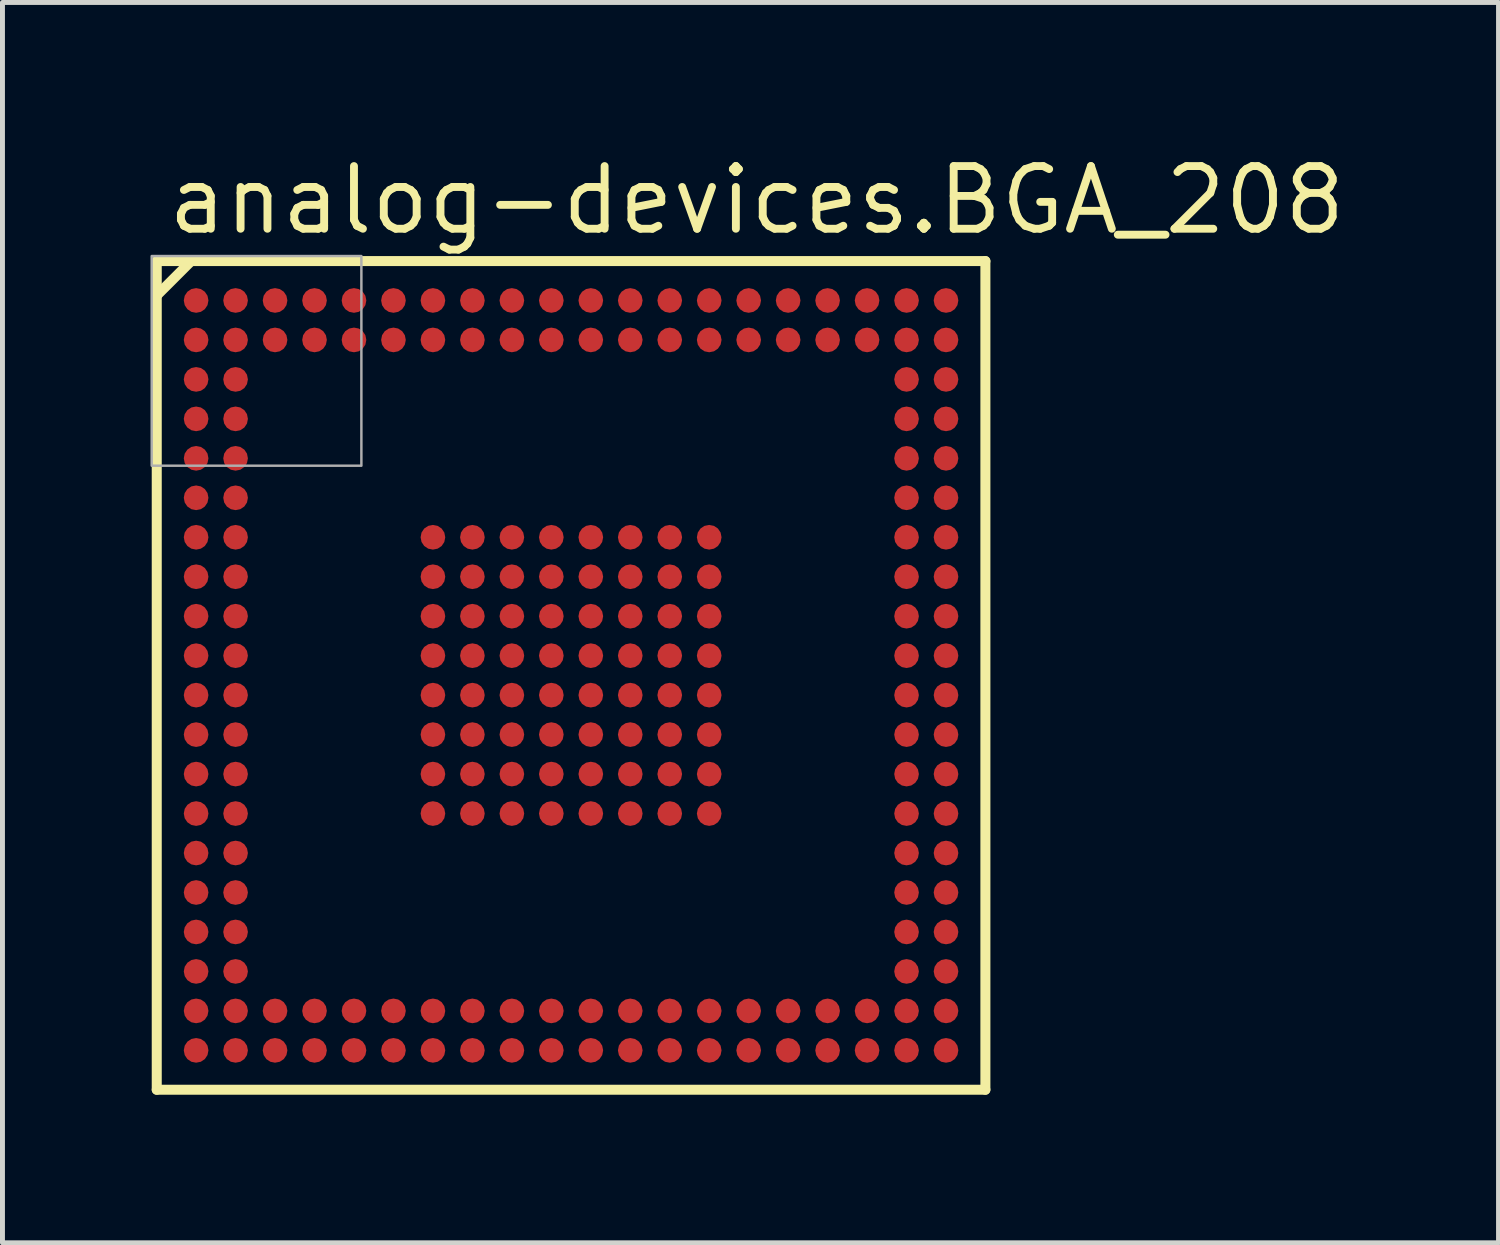
<source format=kicad_pcb>
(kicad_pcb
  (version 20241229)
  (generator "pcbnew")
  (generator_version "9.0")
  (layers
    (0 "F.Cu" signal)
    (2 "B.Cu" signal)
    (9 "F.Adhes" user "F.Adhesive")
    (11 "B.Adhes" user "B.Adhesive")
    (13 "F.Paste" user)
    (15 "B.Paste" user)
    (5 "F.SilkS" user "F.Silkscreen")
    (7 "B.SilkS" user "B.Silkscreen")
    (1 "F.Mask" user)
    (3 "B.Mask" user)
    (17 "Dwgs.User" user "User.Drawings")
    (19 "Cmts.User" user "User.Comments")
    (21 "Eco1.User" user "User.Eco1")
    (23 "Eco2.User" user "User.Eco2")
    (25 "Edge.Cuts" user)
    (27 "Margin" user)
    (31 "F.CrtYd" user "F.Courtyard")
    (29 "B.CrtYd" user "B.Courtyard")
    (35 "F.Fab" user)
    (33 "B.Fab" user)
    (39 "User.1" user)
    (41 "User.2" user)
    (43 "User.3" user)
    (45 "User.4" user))
  (footprint "analog-devices.BGA_208"
    (layer "F.Cu")
    (at 8.525 10.64)
    (property "Reference" "analog-devices.BGA_208" (at -8.255 -8.89 0) (layer "F.SilkS") (effects (font (size 1.27 1.27) (thickness 0.16)) (justify left bottom)))
    (attr smd)
    (fp_circle (center -7.6 -7.6) (end -7.35 -7.6) (stroke (width 0.1) (type default)) (fill no) (layer "F.Mask"))
    (fp_circle (center -7.6 -6.8) (end -7.35 -6.8) (stroke (width 0.1) (type default)) (fill no) (layer "F.Mask"))
    (fp_circle (center -7.6 -6) (end -7.35 -6) (stroke (width 0.1) (type default)) (fill no) (layer "F.Mask"))
    (fp_circle (center -7.6 -5.2) (end -7.35 -5.2) (stroke (width 0.1) (type default)) (fill no) (layer "F.Mask"))
    (fp_circle (center -7.6 -4.4) (end -7.35 -4.4) (stroke (width 0.1) (type default)) (fill no) (layer "F.Mask"))
    (fp_circle (center -7.6 -3.6) (end -7.35 -3.6) (stroke (width 0.1) (type default)) (fill no) (layer "F.Mask"))
    (fp_circle (center -7.6 -2.8) (end -7.35 -2.8) (stroke (width 0.1) (type default)) (fill no) (layer "F.Mask"))
    (fp_circle (center -7.6 -2) (end -7.35 -2) (stroke (width 0.1) (type default)) (fill no) (layer "F.Mask"))
    (fp_circle (center -7.6 -1.2) (end -7.35 -1.2) (stroke (width 0.1) (type default)) (fill no) (layer "F.Mask"))
    (fp_circle (center -7.6 -0.4) (end -7.35 -0.4) (stroke (width 0.1) (type default)) (fill no) (layer "F.Mask"))
    (fp_circle (center -7.6 0.4) (end -7.35 0.4) (stroke (width 0.1) (type default)) (fill no) (layer "F.Mask"))
    (fp_circle (center -7.6 1.2) (end -7.35 1.2) (stroke (width 0.1) (type default)) (fill no) (layer "F.Mask"))
    (fp_circle (center -7.6 2) (end -7.35 2) (stroke (width 0.1) (type default)) (fill no) (layer "F.Mask"))
    (fp_circle (center -7.6 2.8) (end -7.35 2.8) (stroke (width 0.1) (type default)) (fill no) (layer "F.Mask"))
    (fp_circle (center -7.6 3.6) (end -7.35 3.6) (stroke (width 0.1) (type default)) (fill no) (layer "F.Mask"))
    (fp_circle (center -7.6 4.4) (end -7.35 4.4) (stroke (width 0.1) (type default)) (fill no) (layer "F.Mask"))
    (fp_circle (center -7.6 5.2) (end -7.35 5.2) (stroke (width 0.1) (type default)) (fill no) (layer "F.Mask"))
    (fp_circle (center -7.6 6) (end -7.35 6) (stroke (width 0.1) (type default)) (fill no) (layer "F.Mask"))
    (fp_circle (center -7.6 6.8) (end -7.35 6.8) (stroke (width 0.1) (type default)) (fill no) (layer "F.Mask"))
    (fp_circle (center -7.6 7.6) (end -7.35 7.6) (stroke (width 0.1) (type default)) (fill no) (layer "F.Mask"))
    (fp_circle (center -6.8 -7.6) (end -6.55 -7.6) (stroke (width 0.1) (type default)) (fill no) (layer "F.Mask"))
    (fp_circle (center -6.8 -6.8) (end -6.55 -6.8) (stroke (width 0.1) (type default)) (fill no) (layer "F.Mask"))
    (fp_circle (center -6.8 -6) (end -6.55 -6) (stroke (width 0.1) (type default)) (fill no) (layer "F.Mask"))
    (fp_circle (center -6.8 -5.2) (end -6.55 -5.2) (stroke (width 0.1) (type default)) (fill no) (layer "F.Mask"))
    (fp_circle (center -6.8 -4.4) (end -6.55 -4.4) (stroke (width 0.1) (type default)) (fill no) (layer "F.Mask"))
    (fp_circle (center -6.8 -3.6) (end -6.55 -3.6) (stroke (width 0.1) (type default)) (fill no) (layer "F.Mask"))
    (fp_circle (center -6.8 -2.8) (end -6.55 -2.8) (stroke (width 0.1) (type default)) (fill no) (layer "F.Mask"))
    (fp_circle (center -6.8 -2) (end -6.55 -2) (stroke (width 0.1) (type default)) (fill no) (layer "F.Mask"))
    (fp_circle (center -6.8 -1.2) (end -6.55 -1.2) (stroke (width 0.1) (type default)) (fill no) (layer "F.Mask"))
    (fp_circle (center -6.8 -0.4) (end -6.55 -0.4) (stroke (width 0.1) (type default)) (fill no) (layer "F.Mask"))
    (fp_circle (center -6.8 0.4) (end -6.55 0.4) (stroke (width 0.1) (type default)) (fill no) (layer "F.Mask"))
    (fp_circle (center -6.8 1.2) (end -6.55 1.2) (stroke (width 0.1) (type default)) (fill no) (layer "F.Mask"))
    (fp_circle (center -6.8 2) (end -6.55 2) (stroke (width 0.1) (type default)) (fill no) (layer "F.Mask"))
    (fp_circle (center -6.8 2.8) (end -6.55 2.8) (stroke (width 0.1) (type default)) (fill no) (layer "F.Mask"))
    (fp_circle (center -6.8 3.6) (end -6.55 3.6) (stroke (width 0.1) (type default)) (fill no) (layer "F.Mask"))
    (fp_circle (center -6.8 4.4) (end -6.55 4.4) (stroke (width 0.1) (type default)) (fill no) (layer "F.Mask"))
    (fp_circle (center -6.8 5.2) (end -6.55 5.2) (stroke (width 0.1) (type default)) (fill no) (layer "F.Mask"))
    (fp_circle (center -6.8 6) (end -6.55 6) (stroke (width 0.1) (type default)) (fill no) (layer "F.Mask"))
    (fp_circle (center -6.8 6.8) (end -6.55 6.8) (stroke (width 0.1) (type default)) (fill no) (layer "F.Mask"))
    (fp_circle (center -6.8 7.6) (end -6.55 7.6) (stroke (width 0.1) (type default)) (fill no) (layer "F.Mask"))
    (fp_circle (center -6 -7.6) (end -5.75 -7.6) (stroke (width 0.1) (type default)) (fill no) (layer "F.Mask"))
    (fp_circle (center -6 -6.8) (end -5.75 -6.8) (stroke (width 0.1) (type default)) (fill no) (layer "F.Mask"))
    (fp_circle (center -6 6.8) (end -5.75 6.8) (stroke (width 0.1) (type default)) (fill no) (layer "F.Mask"))
    (fp_circle (center -6 7.6) (end -5.75 7.6) (stroke (width 0.1) (type default)) (fill no) (layer "F.Mask"))
    (fp_circle (center -5.2 -7.6) (end -4.95 -7.6) (stroke (width 0.1) (type default)) (fill no) (layer "F.Mask"))
    (fp_circle (center -5.2 -6.8) (end -4.95 -6.8) (stroke (width 0.1) (type default)) (fill no) (layer "F.Mask"))
    (fp_circle (center -5.2 6.8) (end -4.95 6.8) (stroke (width 0.1) (type default)) (fill no) (layer "F.Mask"))
    (fp_circle (center -5.2 7.6) (end -4.95 7.6) (stroke (width 0.1) (type default)) (fill no) (layer "F.Mask"))
    (fp_circle (center -4.4 -7.6) (end -4.15 -7.6) (stroke (width 0.1) (type default)) (fill no) (layer "F.Mask"))
    (fp_circle (center -4.4 -6.8) (end -4.15 -6.8) (stroke (width 0.1) (type default)) (fill no) (layer "F.Mask"))
    (fp_circle (center -4.4 6.8) (end -4.15 6.8) (stroke (width 0.1) (type default)) (fill no) (layer "F.Mask"))
    (fp_circle (center -4.4 7.6) (end -4.15 7.6) (stroke (width 0.1) (type default)) (fill no) (layer "F.Mask"))
    (fp_circle (center -3.6 -7.6) (end -3.35 -7.6) (stroke (width 0.1) (type default)) (fill no) (layer "F.Mask"))
    (fp_circle (center -3.6 -6.8) (end -3.35 -6.8) (stroke (width 0.1) (type default)) (fill no) (layer "F.Mask"))
    (fp_circle (center -3.6 6.8) (end -3.35 6.8) (stroke (width 0.1) (type default)) (fill no) (layer "F.Mask"))
    (fp_circle (center -3.6 7.6) (end -3.35 7.6) (stroke (width 0.1) (type default)) (fill no) (layer "F.Mask"))
    (fp_circle (center -2.8 -7.6) (end -2.55 -7.6) (stroke (width 0.1) (type default)) (fill no) (layer "F.Mask"))
    (fp_circle (center -2.8 -6.8) (end -2.55 -6.8) (stroke (width 0.1) (type default)) (fill no) (layer "F.Mask"))
    (fp_circle (center -2.8 -2.8) (end -2.55 -2.8) (stroke (width 0.1) (type default)) (fill no) (layer "F.Mask"))
    (fp_circle (center -2.8 -2) (end -2.55 -2) (stroke (width 0.1) (type default)) (fill no) (layer "F.Mask"))
    (fp_circle (center -2.8 -1.2) (end -2.55 -1.2) (stroke (width 0.1) (type default)) (fill no) (layer "F.Mask"))
    (fp_circle (center -2.8 -0.4) (end -2.55 -0.4) (stroke (width 0.1) (type default)) (fill no) (layer "F.Mask"))
    (fp_circle (center -2.8 0.4) (end -2.55 0.4) (stroke (width 0.1) (type default)) (fill no) (layer "F.Mask"))
    (fp_circle (center -2.8 1.2) (end -2.55 1.2) (stroke (width 0.1) (type default)) (fill no) (layer "F.Mask"))
    (fp_circle (center -2.8 2) (end -2.55 2) (stroke (width 0.1) (type default)) (fill no) (layer "F.Mask"))
    (fp_circle (center -2.8 2.8) (end -2.55 2.8) (stroke (width 0.1) (type default)) (fill no) (layer "F.Mask"))
    (fp_circle (center -2.8 6.8) (end -2.55 6.8) (stroke (width 0.1) (type default)) (fill no) (layer "F.Mask"))
    (fp_circle (center -2.8 7.6) (end -2.55 7.6) (stroke (width 0.1) (type default)) (fill no) (layer "F.Mask"))
    (fp_circle (center -2 -7.6) (end -1.75 -7.6) (stroke (width 0.1) (type default)) (fill no) (layer "F.Mask"))
    (fp_circle (center -2 -6.8) (end -1.75 -6.8) (stroke (width 0.1) (type default)) (fill no) (layer "F.Mask"))
    (fp_circle (center -2 -2.8) (end -1.75 -2.8) (stroke (width 0.1) (type default)) (fill no) (layer "F.Mask"))
    (fp_circle (center -2 -2) (end -1.75 -2) (stroke (width 0.1) (type default)) (fill no) (layer "F.Mask"))
    (fp_circle (center -2 -1.2) (end -1.75 -1.2) (stroke (width 0.1) (type default)) (fill no) (layer "F.Mask"))
    (fp_circle (center -2 -0.4) (end -1.75 -0.4) (stroke (width 0.1) (type default)) (fill no) (layer "F.Mask"))
    (fp_circle (center -2 0.4) (end -1.75 0.4) (stroke (width 0.1) (type default)) (fill no) (layer "F.Mask"))
    (fp_circle (center -2 1.2) (end -1.75 1.2) (stroke (width 0.1) (type default)) (fill no) (layer "F.Mask"))
    (fp_circle (center -2 2) (end -1.75 2) (stroke (width 0.1) (type default)) (fill no) (layer "F.Mask"))
    (fp_circle (center -2 2.8) (end -1.75 2.8) (stroke (width 0.1) (type default)) (fill no) (layer "F.Mask"))
    (fp_circle (center -2 6.8) (end -1.75 6.8) (stroke (width 0.1) (type default)) (fill no) (layer "F.Mask"))
    (fp_circle (center -2 7.6) (end -1.75 7.6) (stroke (width 0.1) (type default)) (fill no) (layer "F.Mask"))
    (fp_circle (center -1.2 -7.6) (end -0.95 -7.6) (stroke (width 0.1) (type default)) (fill no) (layer "F.Mask"))
    (fp_circle (center -1.2 -6.8) (end -0.95 -6.8) (stroke (width 0.1) (type default)) (fill no) (layer "F.Mask"))
    (fp_circle (center -1.2 -2.8) (end -0.95 -2.8) (stroke (width 0.1) (type default)) (fill no) (layer "F.Mask"))
    (fp_circle (center -1.2 -2) (end -0.95 -2) (stroke (width 0.1) (type default)) (fill no) (layer "F.Mask"))
    (fp_circle (center -1.2 -1.2) (end -0.95 -1.2) (stroke (width 0.1) (type default)) (fill no) (layer "F.Mask"))
    (fp_circle (center -1.2 -0.4) (end -0.95 -0.4) (stroke (width 0.1) (type default)) (fill no) (layer "F.Mask"))
    (fp_circle (center -1.2 0.4) (end -0.95 0.4) (stroke (width 0.1) (type default)) (fill no) (layer "F.Mask"))
    (fp_circle (center -1.2 1.2) (end -0.95 1.2) (stroke (width 0.1) (type default)) (fill no) (layer "F.Mask"))
    (fp_circle (center -1.2 2) (end -0.95 2) (stroke (width 0.1) (type default)) (fill no) (layer "F.Mask"))
    (fp_circle (center -1.2 2.8) (end -0.95 2.8) (stroke (width 0.1) (type default)) (fill no) (layer "F.Mask"))
    (fp_circle (center -1.2 6.8) (end -0.95 6.8) (stroke (width 0.1) (type default)) (fill no) (layer "F.Mask"))
    (fp_circle (center -1.2 7.6) (end -0.95 7.6) (stroke (width 0.1) (type default)) (fill no) (layer "F.Mask"))
    (fp_circle (center -0.4 -7.6) (end -0.15 -7.6) (stroke (width 0.1) (type default)) (fill no) (layer "F.Mask"))
    (fp_circle (center -0.4 -6.8) (end -0.15 -6.8) (stroke (width 0.1) (type default)) (fill no) (layer "F.Mask"))
    (fp_circle (center -0.4 -2.8) (end -0.15 -2.8) (stroke (width 0.1) (type default)) (fill no) (layer "F.Mask"))
    (fp_circle (center -0.4 -2) (end -0.15 -2) (stroke (width 0.1) (type default)) (fill no) (layer "F.Mask"))
    (fp_circle (center -0.4 -1.2) (end -0.15 -1.2) (stroke (width 0.1) (type default)) (fill no) (layer "F.Mask"))
    (fp_circle (center -0.4 -0.4) (end -0.15 -0.4) (stroke (width 0.1) (type default)) (fill no) (layer "F.Mask"))
    (fp_circle (center -0.4 0.4) (end -0.15 0.4) (stroke (width 0.1) (type default)) (fill no) (layer "F.Mask"))
    (fp_circle (center -0.4 1.2) (end -0.15 1.2) (stroke (width 0.1) (type default)) (fill no) (layer "F.Mask"))
    (fp_circle (center -0.4 2) (end -0.15 2) (stroke (width 0.1) (type default)) (fill no) (layer "F.Mask"))
    (fp_circle (center -0.4 2.8) (end -0.15 2.8) (stroke (width 0.1) (type default)) (fill no) (layer "F.Mask"))
    (fp_circle (center -0.4 6.8) (end -0.15 6.8) (stroke (width 0.1) (type default)) (fill no) (layer "F.Mask"))
    (fp_circle (center -0.4 7.6) (end -0.15 7.6) (stroke (width 0.1) (type default)) (fill no) (layer "F.Mask"))
    (fp_circle (center 0.4 -7.6) (end 0.65 -7.6) (stroke (width 0.1) (type default)) (fill no) (layer "F.Mask"))
    (fp_circle (center 0.4 -6.8) (end 0.65 -6.8) (stroke (width 0.1) (type default)) (fill no) (layer "F.Mask"))
    (fp_circle (center 0.4 -2.8) (end 0.65 -2.8) (stroke (width 0.1) (type default)) (fill no) (layer "F.Mask"))
    (fp_circle (center 0.4 -2) (end 0.65 -2) (stroke (width 0.1) (type default)) (fill no) (layer "F.Mask"))
    (fp_circle (center 0.4 -1.2) (end 0.65 -1.2) (stroke (width 0.1) (type default)) (fill no) (layer "F.Mask"))
    (fp_circle (center 0.4 -0.4) (end 0.65 -0.4) (stroke (width 0.1) (type default)) (fill no) (layer "F.Mask"))
    (fp_circle (center 0.4 0.4) (end 0.65 0.4) (stroke (width 0.1) (type default)) (fill no) (layer "F.Mask"))
    (fp_circle (center 0.4 1.2) (end 0.65 1.2) (stroke (width 0.1) (type default)) (fill no) (layer "F.Mask"))
    (fp_circle (center 0.4 2) (end 0.65 2) (stroke (width 0.1) (type default)) (fill no) (layer "F.Mask"))
    (fp_circle (center 0.4 2.8) (end 0.65 2.8) (stroke (width 0.1) (type default)) (fill no) (layer "F.Mask"))
    (fp_circle (center 0.4 6.8) (end 0.65 6.8) (stroke (width 0.1) (type default)) (fill no) (layer "F.Mask"))
    (fp_circle (center 0.4 7.6) (end 0.65 7.6) (stroke (width 0.1) (type default)) (fill no) (layer "F.Mask"))
    (fp_circle (center 1.2 -7.6) (end 1.45 -7.6) (stroke (width 0.1) (type default)) (fill no) (layer "F.Mask"))
    (fp_circle (center 1.2 -6.8) (end 1.45 -6.8) (stroke (width 0.1) (type default)) (fill no) (layer "F.Mask"))
    (fp_circle (center 1.2 -2.8) (end 1.45 -2.8) (stroke (width 0.1) (type default)) (fill no) (layer "F.Mask"))
    (fp_circle (center 1.2 -2) (end 1.45 -2) (stroke (width 0.1) (type default)) (fill no) (layer "F.Mask"))
    (fp_circle (center 1.2 -1.2) (end 1.45 -1.2) (stroke (width 0.1) (type default)) (fill no) (layer "F.Mask"))
    (fp_circle (center 1.2 -0.4) (end 1.45 -0.4) (stroke (width 0.1) (type default)) (fill no) (layer "F.Mask"))
    (fp_circle (center 1.2 0.4) (end 1.45 0.4) (stroke (width 0.1) (type default)) (fill no) (layer "F.Mask"))
    (fp_circle (center 1.2 1.2) (end 1.45 1.2) (stroke (width 0.1) (type default)) (fill no) (layer "F.Mask"))
    (fp_circle (center 1.2 2) (end 1.45 2) (stroke (width 0.1) (type default)) (fill no) (layer "F.Mask"))
    (fp_circle (center 1.2 2.8) (end 1.45 2.8) (stroke (width 0.1) (type default)) (fill no) (layer "F.Mask"))
    (fp_circle (center 1.2 6.8) (end 1.45 6.8) (stroke (width 0.1) (type default)) (fill no) (layer "F.Mask"))
    (fp_circle (center 1.2 7.6) (end 1.45 7.6) (stroke (width 0.1) (type default)) (fill no) (layer "F.Mask"))
    (fp_circle (center 2 -7.6) (end 2.25 -7.6) (stroke (width 0.1) (type default)) (fill no) (layer "F.Mask"))
    (fp_circle (center 2 -6.8) (end 2.25 -6.8) (stroke (width 0.1) (type default)) (fill no) (layer "F.Mask"))
    (fp_circle (center 2 -2.8) (end 2.25 -2.8) (stroke (width 0.1) (type default)) (fill no) (layer "F.Mask"))
    (fp_circle (center 2 -2) (end 2.25 -2) (stroke (width 0.1) (type default)) (fill no) (layer "F.Mask"))
    (fp_circle (center 2 -1.2) (end 2.25 -1.2) (stroke (width 0.1) (type default)) (fill no) (layer "F.Mask"))
    (fp_circle (center 2 -0.4) (end 2.25 -0.4) (stroke (width 0.1) (type default)) (fill no) (layer "F.Mask"))
    (fp_circle (center 2 0.4) (end 2.25 0.4) (stroke (width 0.1) (type default)) (fill no) (layer "F.Mask"))
    (fp_circle (center 2 1.2) (end 2.25 1.2) (stroke (width 0.1) (type default)) (fill no) (layer "F.Mask"))
    (fp_circle (center 2 2) (end 2.25 2) (stroke (width 0.1) (type default)) (fill no) (layer "F.Mask"))
    (fp_circle (center 2 2.8) (end 2.25 2.8) (stroke (width 0.1) (type default)) (fill no) (layer "F.Mask"))
    (fp_circle (center 2 6.8) (end 2.25 6.8) (stroke (width 0.1) (type default)) (fill no) (layer "F.Mask"))
    (fp_circle (center 2 7.6) (end 2.25 7.6) (stroke (width 0.1) (type default)) (fill no) (layer "F.Mask"))
    (fp_circle (center 2.8 -7.6) (end 3.05 -7.6) (stroke (width 0.1) (type default)) (fill no) (layer "F.Mask"))
    (fp_circle (center 2.8 -6.8) (end 3.05 -6.8) (stroke (width 0.1) (type default)) (fill no) (layer "F.Mask"))
    (fp_circle (center 2.8 -2.8) (end 3.05 -2.8) (stroke (width 0.1) (type default)) (fill no) (layer "F.Mask"))
    (fp_circle (center 2.8 -2) (end 3.05 -2) (stroke (width 0.1) (type default)) (fill no) (layer "F.Mask"))
    (fp_circle (center 2.8 -1.2) (end 3.05 -1.2) (stroke (width 0.1) (type default)) (fill no) (layer "F.Mask"))
    (fp_circle (center 2.8 -0.4) (end 3.05 -0.4) (stroke (width 0.1) (type default)) (fill no) (layer "F.Mask"))
    (fp_circle (center 2.8 0.4) (end 3.05 0.4) (stroke (width 0.1) (type default)) (fill no) (layer "F.Mask"))
    (fp_circle (center 2.8 1.2) (end 3.05 1.2) (stroke (width 0.1) (type default)) (fill no) (layer "F.Mask"))
    (fp_circle (center 2.8 2) (end 3.05 2) (stroke (width 0.1) (type default)) (fill no) (layer "F.Mask"))
    (fp_circle (center 2.8 2.8) (end 3.05 2.8) (stroke (width 0.1) (type default)) (fill no) (layer "F.Mask"))
    (fp_circle (center 2.8 6.8) (end 3.05 6.8) (stroke (width 0.1) (type default)) (fill no) (layer "F.Mask"))
    (fp_circle (center 2.8 7.6) (end 3.05 7.6) (stroke (width 0.1) (type default)) (fill no) (layer "F.Mask"))
    (fp_circle (center 3.6 -7.6) (end 3.85 -7.6) (stroke (width 0.1) (type default)) (fill no) (layer "F.Mask"))
    (fp_circle (center 3.6 -6.8) (end 3.85 -6.8) (stroke (width 0.1) (type default)) (fill no) (layer "F.Mask"))
    (fp_circle (center 3.6 6.8) (end 3.85 6.8) (stroke (width 0.1) (type default)) (fill no) (layer "F.Mask"))
    (fp_circle (center 3.6 7.6) (end 3.85 7.6) (stroke (width 0.1) (type default)) (fill no) (layer "F.Mask"))
    (fp_circle (center 4.4 -7.6) (end 4.65 -7.6) (stroke (width 0.1) (type default)) (fill no) (layer "F.Mask"))
    (fp_circle (center 4.4 -6.8) (end 4.65 -6.8) (stroke (width 0.1) (type default)) (fill no) (layer "F.Mask"))
    (fp_circle (center 4.4 6.8) (end 4.65 6.8) (stroke (width 0.1) (type default)) (fill no) (layer "F.Mask"))
    (fp_circle (center 4.4 7.6) (end 4.65 7.6) (stroke (width 0.1) (type default)) (fill no) (layer "F.Mask"))
    (fp_circle (center 5.2 -7.6) (end 5.45 -7.6) (stroke (width 0.1) (type default)) (fill no) (layer "F.Mask"))
    (fp_circle (center 5.2 -6.8) (end 5.45 -6.8) (stroke (width 0.1) (type default)) (fill no) (layer "F.Mask"))
    (fp_circle (center 5.2 6.8) (end 5.45 6.8) (stroke (width 0.1) (type default)) (fill no) (layer "F.Mask"))
    (fp_circle (center 5.2 7.6) (end 5.45 7.6) (stroke (width 0.1) (type default)) (fill no) (layer "F.Mask"))
    (fp_circle (center 6 -7.6) (end 6.25 -7.6) (stroke (width 0.1) (type default)) (fill no) (layer "F.Mask"))
    (fp_circle (center 6 -6.8) (end 6.25 -6.8) (stroke (width 0.1) (type default)) (fill no) (layer "F.Mask"))
    (fp_circle (center 6 6.8) (end 6.25 6.8) (stroke (width 0.1) (type default)) (fill no) (layer "F.Mask"))
    (fp_circle (center 6 7.6) (end 6.25 7.6) (stroke (width 0.1) (type default)) (fill no) (layer "F.Mask"))
    (fp_circle (center 6.8 -7.6) (end 7.05 -7.6) (stroke (width 0.1) (type default)) (fill no) (layer "F.Mask"))
    (fp_circle (center 6.8 -6.8) (end 7.05 -6.8) (stroke (width 0.1) (type default)) (fill no) (layer "F.Mask"))
    (fp_circle (center 6.8 -6) (end 7.05 -6) (stroke (width 0.1) (type default)) (fill no) (layer "F.Mask"))
    (fp_circle (center 6.8 -5.2) (end 7.05 -5.2) (stroke (width 0.1) (type default)) (fill no) (layer "F.Mask"))
    (fp_circle (center 6.8 -4.4) (end 7.05 -4.4) (stroke (width 0.1) (type default)) (fill no) (layer "F.Mask"))
    (fp_circle (center 6.8 -3.6) (end 7.05 -3.6) (stroke (width 0.1) (type default)) (fill no) (layer "F.Mask"))
    (fp_circle (center 6.8 -2.8) (end 7.05 -2.8) (stroke (width 0.1) (type default)) (fill no) (layer "F.Mask"))
    (fp_circle (center 6.8 -2) (end 7.05 -2) (stroke (width 0.1) (type default)) (fill no) (layer "F.Mask"))
    (fp_circle (center 6.8 -1.2) (end 7.05 -1.2) (stroke (width 0.1) (type default)) (fill no) (layer "F.Mask"))
    (fp_circle (center 6.8 -0.4) (end 7.05 -0.4) (stroke (width 0.1) (type default)) (fill no) (layer "F.Mask"))
    (fp_circle (center 6.8 0.4) (end 7.05 0.4) (stroke (width 0.1) (type default)) (fill no) (layer "F.Mask"))
    (fp_circle (center 6.8 1.2) (end 7.05 1.2) (stroke (width 0.1) (type default)) (fill no) (layer "F.Mask"))
    (fp_circle (center 6.8 2) (end 7.05 2) (stroke (width 0.1) (type default)) (fill no) (layer "F.Mask"))
    (fp_circle (center 6.8 2.8) (end 7.05 2.8) (stroke (width 0.1) (type default)) (fill no) (layer "F.Mask"))
    (fp_circle (center 6.8 3.6) (end 7.05 3.6) (stroke (width 0.1) (type default)) (fill no) (layer "F.Mask"))
    (fp_circle (center 6.8 4.4) (end 7.05 4.4) (stroke (width 0.1) (type default)) (fill no) (layer "F.Mask"))
    (fp_circle (center 6.8 5.2) (end 7.05 5.2) (stroke (width 0.1) (type default)) (fill no) (layer "F.Mask"))
    (fp_circle (center 6.8 6) (end 7.05 6) (stroke (width 0.1) (type default)) (fill no) (layer "F.Mask"))
    (fp_circle (center 6.8 6.8) (end 7.05 6.8) (stroke (width 0.1) (type default)) (fill no) (layer "F.Mask"))
    (fp_circle (center 6.8 7.6) (end 7.05 7.6) (stroke (width 0.1) (type default)) (fill no) (layer "F.Mask"))
    (fp_circle (center 7.6 -7.6) (end 7.85 -7.6) (stroke (width 0.1) (type default)) (fill no) (layer "F.Mask"))
    (fp_circle (center 7.6 -6.8) (end 7.85 -6.8) (stroke (width 0.1) (type default)) (fill no) (layer "F.Mask"))
    (fp_circle (center 7.6 -6) (end 7.85 -6) (stroke (width 0.1) (type default)) (fill no) (layer "F.Mask"))
    (fp_circle (center 7.6 -5.2) (end 7.85 -5.2) (stroke (width 0.1) (type default)) (fill no) (layer "F.Mask"))
    (fp_circle (center 7.6 -4.4) (end 7.85 -4.4) (stroke (width 0.1) (type default)) (fill no) (layer "F.Mask"))
    (fp_circle (center 7.6 -3.6) (end 7.85 -3.6) (stroke (width 0.1) (type default)) (fill no) (layer "F.Mask"))
    (fp_circle (center 7.6 -2.8) (end 7.85 -2.8) (stroke (width 0.1) (type default)) (fill no) (layer "F.Mask"))
    (fp_circle (center 7.6 -2) (end 7.85 -2) (stroke (width 0.1) (type default)) (fill no) (layer "F.Mask"))
    (fp_circle (center 7.6 -1.2) (end 7.85 -1.2) (stroke (width 0.1) (type default)) (fill no) (layer "F.Mask"))
    (fp_circle (center 7.6 -0.4) (end 7.85 -0.4) (stroke (width 0.1) (type default)) (fill no) (layer "F.Mask"))
    (fp_circle (center 7.6 0.4) (end 7.85 0.4) (stroke (width 0.1) (type default)) (fill no) (layer "F.Mask"))
    (fp_circle (center 7.6 1.2) (end 7.85 1.2) (stroke (width 0.1) (type default)) (fill no) (layer "F.Mask"))
    (fp_circle (center 7.6 2) (end 7.85 2) (stroke (width 0.1) (type default)) (fill no) (layer "F.Mask"))
    (fp_circle (center 7.6 2.8) (end 7.85 2.8) (stroke (width 0.1) (type default)) (fill no) (layer "F.Mask"))
    (fp_circle (center 7.6 3.6) (end 7.85 3.6) (stroke (width 0.1) (type default)) (fill no) (layer "F.Mask"))
    (fp_circle (center 7.6 4.4) (end 7.85 4.4) (stroke (width 0.1) (type default)) (fill no) (layer "F.Mask"))
    (fp_circle (center 7.6 5.2) (end 7.85 5.2) (stroke (width 0.1) (type default)) (fill no) (layer "F.Mask"))
    (fp_circle (center 7.6 6) (end 7.85 6) (stroke (width 0.1) (type default)) (fill no) (layer "F.Mask"))
    (fp_circle (center 7.6 6.8) (end 7.85 6.8) (stroke (width 0.1) (type default)) (fill no) (layer "F.Mask"))
    (fp_circle (center 7.6 7.6) (end 7.85 7.6) (stroke (width 0.1) (type default)) (fill no) (layer "F.Mask"))
    (fp_line (start -8.398 -8.398) (end -8.398 -7.7) (stroke (width 0.203) (type default)) (layer "F.SilkS"))
    (fp_line (start -8.398 -7.7) (end -8.398 8.398) (stroke (width 0.203) (type default)) (layer "F.SilkS"))
    (fp_line (start -8.398 -7.7) (end -7.7 -8.398) (stroke (width 0.203) (type default)) (layer "F.SilkS"))
    (fp_line (start -8.398 8.398) (end 8.398 8.398) (stroke (width 0.203) (type default)) (layer "F.SilkS"))
    (fp_line (start -7.7 -8.398) (end -8.398 -8.398) (stroke (width 0.203) (type default)) (layer "F.SilkS"))
    (fp_line (start 8.398 -8.398) (end -7.7 -8.398) (stroke (width 0.203) (type default)) (layer "F.SilkS"))
    (fp_line (start 8.398 8.398) (end 8.398 -8.398) (stroke (width 0.203) (type default)) (layer "F.SilkS"))
    (fp_rect (start -8.5 -4.25) (end -4.25 -8.5) (stroke (width 0.05) (type default)) (fill no) (layer "F.Fab"))
    (pad "A1" smd roundrect (at -7.6 -7.6) (size 0.5 0.5) (layers "F.Cu" "F.Mask" "F.Paste") (roundrect_rratio 0.5))
    (pad "A2" smd roundrect (at -6.8 -7.6) (size 0.5 0.5) (layers "F.Cu" "F.Mask" "F.Paste") (roundrect_rratio 0.5))
    (pad "A3" smd roundrect (at -6 -7.6) (size 0.5 0.5) (layers "F.Cu" "F.Mask" "F.Paste") (roundrect_rratio 0.5))
    (pad "A4" smd roundrect (at -5.2 -7.6) (size 0.5 0.5) (layers "F.Cu" "F.Mask" "F.Paste") (roundrect_rratio 0.5))
    (pad "A5" smd roundrect (at -4.4 -7.6) (size 0.5 0.5) (layers "F.Cu" "F.Mask" "F.Paste") (roundrect_rratio 0.5))
    (pad "A6" smd roundrect (at -3.6 -7.6) (size 0.5 0.5) (layers "F.Cu" "F.Mask" "F.Paste") (roundrect_rratio 0.5))
    (pad "A7" smd roundrect (at -2.8 -7.6) (size 0.5 0.5) (layers "F.Cu" "F.Mask" "F.Paste") (roundrect_rratio 0.5))
    (pad "A8" smd roundrect (at -2 -7.6) (size 0.5 0.5) (layers "F.Cu" "F.Mask" "F.Paste") (roundrect_rratio 0.5))
    (pad "A9" smd roundrect (at -1.2 -7.6) (size 0.5 0.5) (layers "F.Cu" "F.Mask" "F.Paste") (roundrect_rratio 0.5))
    (pad "A10" smd roundrect (at -0.4 -7.6) (size 0.5 0.5) (layers "F.Cu" "F.Mask" "F.Paste") (roundrect_rratio 0.5))
    (pad "A11" smd roundrect (at 0.4 -7.6) (size 0.5 0.5) (layers "F.Cu" "F.Mask" "F.Paste") (roundrect_rratio 0.5))
    (pad "A12" smd roundrect (at 1.2 -7.6) (size 0.5 0.5) (layers "F.Cu" "F.Mask" "F.Paste") (roundrect_rratio 0.5))
    (pad "A13" smd roundrect (at 2 -7.6) (size 0.5 0.5) (layers "F.Cu" "F.Mask" "F.Paste") (roundrect_rratio 0.5))
    (pad "A14" smd roundrect (at 2.8 -7.6) (size 0.5 0.5) (layers "F.Cu" "F.Mask" "F.Paste") (roundrect_rratio 0.5))
    (pad "A15" smd roundrect (at 3.6 -7.6) (size 0.5 0.5) (layers "F.Cu" "F.Mask" "F.Paste") (roundrect_rratio 0.5))
    (pad "A16" smd roundrect (at 4.4 -7.6) (size 0.5 0.5) (layers "F.Cu" "F.Mask" "F.Paste") (roundrect_rratio 0.5))
    (pad "A17" smd roundrect (at 5.2 -7.6) (size 0.5 0.5) (layers "F.Cu" "F.Mask" "F.Paste") (roundrect_rratio 0.5))
    (pad "A18" smd roundrect (at 6 -7.6) (size 0.5 0.5) (layers "F.Cu" "F.Mask" "F.Paste") (roundrect_rratio 0.5))
    (pad "A19" smd roundrect (at 6.8 -7.6) (size 0.5 0.5) (layers "F.Cu" "F.Mask" "F.Paste") (roundrect_rratio 0.5))
    (pad "A20" smd roundrect (at 7.6 -7.6) (size 0.5 0.5) (layers "F.Cu" "F.Mask" "F.Paste") (roundrect_rratio 0.5))
    (pad "B1" smd roundrect (at -7.6 -6.8) (size 0.5 0.5) (layers "F.Cu" "F.Mask" "F.Paste") (roundrect_rratio 0.5))
    (pad "B2" smd roundrect (at -6.8 -6.8) (size 0.5 0.5) (layers "F.Cu" "F.Mask" "F.Paste") (roundrect_rratio 0.5))
    (pad "B3" smd roundrect (at -6 -6.8) (size 0.5 0.5) (layers "F.Cu" "F.Mask" "F.Paste") (roundrect_rratio 0.5))
    (pad "B4" smd roundrect (at -5.2 -6.8) (size 0.5 0.5) (layers "F.Cu" "F.Mask" "F.Paste") (roundrect_rratio 0.5))
    (pad "B5" smd roundrect (at -4.4 -6.8) (size 0.5 0.5) (layers "F.Cu" "F.Mask" "F.Paste") (roundrect_rratio 0.5))
    (pad "B6" smd roundrect (at -3.6 -6.8) (size 0.5 0.5) (layers "F.Cu" "F.Mask" "F.Paste") (roundrect_rratio 0.5))
    (pad "B7" smd roundrect (at -2.8 -6.8) (size 0.5 0.5) (layers "F.Cu" "F.Mask" "F.Paste") (roundrect_rratio 0.5))
    (pad "B8" smd roundrect (at -2 -6.8) (size 0.5 0.5) (layers "F.Cu" "F.Mask" "F.Paste") (roundrect_rratio 0.5))
    (pad "B9" smd roundrect (at -1.2 -6.8) (size 0.5 0.5) (layers "F.Cu" "F.Mask" "F.Paste") (roundrect_rratio 0.5))
    (pad "B10" smd roundrect (at -0.4 -6.8) (size 0.5 0.5) (layers "F.Cu" "F.Mask" "F.Paste") (roundrect_rratio 0.5))
    (pad "B11" smd roundrect (at 0.4 -6.8) (size 0.5 0.5) (layers "F.Cu" "F.Mask" "F.Paste") (roundrect_rratio 0.5))
    (pad "B12" smd roundrect (at 1.2 -6.8) (size 0.5 0.5) (layers "F.Cu" "F.Mask" "F.Paste") (roundrect_rratio 0.5))
    (pad "B13" smd roundrect (at 2 -6.8) (size 0.5 0.5) (layers "F.Cu" "F.Mask" "F.Paste") (roundrect_rratio 0.5))
    (pad "B14" smd roundrect (at 2.8 -6.8) (size 0.5 0.5) (layers "F.Cu" "F.Mask" "F.Paste") (roundrect_rratio 0.5))
    (pad "B15" smd roundrect (at 3.6 -6.8) (size 0.5 0.5) (layers "F.Cu" "F.Mask" "F.Paste") (roundrect_rratio 0.5))
    (pad "B16" smd roundrect (at 4.4 -6.8) (size 0.5 0.5) (layers "F.Cu" "F.Mask" "F.Paste") (roundrect_rratio 0.5))
    (pad "B17" smd roundrect (at 5.2 -6.8) (size 0.5 0.5) (layers "F.Cu" "F.Mask" "F.Paste") (roundrect_rratio 0.5))
    (pad "B18" smd roundrect (at 6 -6.8) (size 0.5 0.5) (layers "F.Cu" "F.Mask" "F.Paste") (roundrect_rratio 0.5))
    (pad "B19" smd roundrect (at 6.8 -6.8) (size 0.5 0.5) (layers "F.Cu" "F.Mask" "F.Paste") (roundrect_rratio 0.5))
    (pad "B20" smd roundrect (at 7.6 -6.8) (size 0.5 0.5) (layers "F.Cu" "F.Mask" "F.Paste") (roundrect_rratio 0.5))
    (pad "C1" smd roundrect (at -7.6 -6) (size 0.5 0.5) (layers "F.Cu" "F.Mask" "F.Paste") (roundrect_rratio 0.5))
    (pad "C2" smd roundrect (at -6.8 -6) (size 0.5 0.5) (layers "F.Cu" "F.Mask" "F.Paste") (roundrect_rratio 0.5))
    (pad "C19" smd roundrect (at 6.8 -6) (size 0.5 0.5) (layers "F.Cu" "F.Mask" "F.Paste") (roundrect_rratio 0.5))
    (pad "C20" smd roundrect (at 7.6 -6) (size 0.5 0.5) (layers "F.Cu" "F.Mask" "F.Paste") (roundrect_rratio 0.5))
    (pad "D1" smd roundrect (at -7.6 -5.2) (size 0.5 0.5) (layers "F.Cu" "F.Mask" "F.Paste") (roundrect_rratio 0.5))
    (pad "D2" smd roundrect (at -6.8 -5.2) (size 0.5 0.5) (layers "F.Cu" "F.Mask" "F.Paste") (roundrect_rratio 0.5))
    (pad "D19" smd roundrect (at 6.8 -5.2) (size 0.5 0.5) (layers "F.Cu" "F.Mask" "F.Paste") (roundrect_rratio 0.5))
    (pad "D20" smd roundrect (at 7.6 -5.2) (size 0.5 0.5) (layers "F.Cu" "F.Mask" "F.Paste") (roundrect_rratio 0.5))
    (pad "E1" smd roundrect (at -7.6 -4.4) (size 0.5 0.5) (layers "F.Cu" "F.Mask" "F.Paste") (roundrect_rratio 0.5))
    (pad "E2" smd roundrect (at -6.8 -4.4) (size 0.5 0.5) (layers "F.Cu" "F.Mask" "F.Paste") (roundrect_rratio 0.5))
    (pad "E19" smd roundrect (at 6.8 -4.4) (size 0.5 0.5) (layers "F.Cu" "F.Mask" "F.Paste") (roundrect_rratio 0.5))
    (pad "E20" smd roundrect (at 7.6 -4.4) (size 0.5 0.5) (layers "F.Cu" "F.Mask" "F.Paste") (roundrect_rratio 0.5))
    (pad "F1" smd roundrect (at -7.6 -3.6) (size 0.5 0.5) (layers "F.Cu" "F.Mask" "F.Paste") (roundrect_rratio 0.5))
    (pad "F2" smd roundrect (at -6.8 -3.6) (size 0.5 0.5) (layers "F.Cu" "F.Mask" "F.Paste") (roundrect_rratio 0.5))
    (pad "F19" smd roundrect (at 6.8 -3.6) (size 0.5 0.5) (layers "F.Cu" "F.Mask" "F.Paste") (roundrect_rratio 0.5))
    (pad "F20" smd roundrect (at 7.6 -3.6) (size 0.5 0.5) (layers "F.Cu" "F.Mask" "F.Paste") (roundrect_rratio 0.5))
    (pad "G1" smd roundrect (at -7.6 -2.8) (size 0.5 0.5) (layers "F.Cu" "F.Mask" "F.Paste") (roundrect_rratio 0.5))
    (pad "G2" smd roundrect (at -6.8 -2.8) (size 0.5 0.5) (layers "F.Cu" "F.Mask" "F.Paste") (roundrect_rratio 0.5))
    (pad "G7" smd roundrect (at -2.8 -2.8) (size 0.5 0.5) (layers "F.Cu" "F.Mask" "F.Paste") (roundrect_rratio 0.5))
    (pad "G8" smd roundrect (at -2 -2.8) (size 0.5 0.5) (layers "F.Cu" "F.Mask" "F.Paste") (roundrect_rratio 0.5))
    (pad "G9" smd roundrect (at -1.2 -2.8) (size 0.5 0.5) (layers "F.Cu" "F.Mask" "F.Paste") (roundrect_rratio 0.5))
    (pad "G10" smd roundrect (at -0.4 -2.8) (size 0.5 0.5) (layers "F.Cu" "F.Mask" "F.Paste") (roundrect_rratio 0.5))
    (pad "G11" smd roundrect (at 0.4 -2.8) (size 0.5 0.5) (layers "F.Cu" "F.Mask" "F.Paste") (roundrect_rratio 0.5))
    (pad "G12" smd roundrect (at 1.2 -2.8) (size 0.5 0.5) (layers "F.Cu" "F.Mask" "F.Paste") (roundrect_rratio 0.5))
    (pad "G13" smd roundrect (at 2 -2.8) (size 0.5 0.5) (layers "F.Cu" "F.Mask" "F.Paste") (roundrect_rratio 0.5))
    (pad "G14" smd roundrect (at 2.8 -2.8) (size 0.5 0.5) (layers "F.Cu" "F.Mask" "F.Paste") (roundrect_rratio 0.5))
    (pad "G19" smd roundrect (at 6.8 -2.8) (size 0.5 0.5) (layers "F.Cu" "F.Mask" "F.Paste") (roundrect_rratio 0.5))
    (pad "G20" smd roundrect (at 7.6 -2.8) (size 0.5 0.5) (layers "F.Cu" "F.Mask" "F.Paste") (roundrect_rratio 0.5))
    (pad "H1" smd roundrect (at -7.6 -2) (size 0.5 0.5) (layers "F.Cu" "F.Mask" "F.Paste") (roundrect_rratio 0.5))
    (pad "H2" smd roundrect (at -6.8 -2) (size 0.5 0.5) (layers "F.Cu" "F.Mask" "F.Paste") (roundrect_rratio 0.5))
    (pad "H7" smd roundrect (at -2.8 -2) (size 0.5 0.5) (layers "F.Cu" "F.Mask" "F.Paste") (roundrect_rratio 0.5))
    (pad "H8" smd roundrect (at -2 -2) (size 0.5 0.5) (layers "F.Cu" "F.Mask" "F.Paste") (roundrect_rratio 0.5))
    (pad "H9" smd roundrect (at -1.2 -2) (size 0.5 0.5) (layers "F.Cu" "F.Mask" "F.Paste") (roundrect_rratio 0.5))
    (pad "H10" smd roundrect (at -0.4 -2) (size 0.5 0.5) (layers "F.Cu" "F.Mask" "F.Paste") (roundrect_rratio 0.5))
    (pad "H11" smd roundrect (at 0.4 -2) (size 0.5 0.5) (layers "F.Cu" "F.Mask" "F.Paste") (roundrect_rratio 0.5))
    (pad "H12" smd roundrect (at 1.2 -2) (size 0.5 0.5) (layers "F.Cu" "F.Mask" "F.Paste") (roundrect_rratio 0.5))
    (pad "H13" smd roundrect (at 2 -2) (size 0.5 0.5) (layers "F.Cu" "F.Mask" "F.Paste") (roundrect_rratio 0.5))
    (pad "H14" smd roundrect (at 2.8 -2) (size 0.5 0.5) (layers "F.Cu" "F.Mask" "F.Paste") (roundrect_rratio 0.5))
    (pad "H19" smd roundrect (at 6.8 -2) (size 0.5 0.5) (layers "F.Cu" "F.Mask" "F.Paste") (roundrect_rratio 0.5))
    (pad "H20" smd roundrect (at 7.6 -2) (size 0.5 0.5) (layers "F.Cu" "F.Mask" "F.Paste") (roundrect_rratio 0.5))
    (pad "J1" smd roundrect (at -7.6 -1.2) (size 0.5 0.5) (layers "F.Cu" "F.Mask" "F.Paste") (roundrect_rratio 0.5))
    (pad "J2" smd roundrect (at -6.8 -1.2) (size 0.5 0.5) (layers "F.Cu" "F.Mask" "F.Paste") (roundrect_rratio 0.5))
    (pad "J7" smd roundrect (at -2.8 -1.2) (size 0.5 0.5) (layers "F.Cu" "F.Mask" "F.Paste") (roundrect_rratio 0.5))
    (pad "J8" smd roundrect (at -2 -1.2) (size 0.5 0.5) (layers "F.Cu" "F.Mask" "F.Paste") (roundrect_rratio 0.5))
    (pad "J9" smd roundrect (at -1.2 -1.2) (size 0.5 0.5) (layers "F.Cu" "F.Mask" "F.Paste") (roundrect_rratio 0.5))
    (pad "J10" smd roundrect (at -0.4 -1.2) (size 0.5 0.5) (layers "F.Cu" "F.Mask" "F.Paste") (roundrect_rratio 0.5))
    (pad "J11" smd roundrect (at 0.4 -1.2) (size 0.5 0.5) (layers "F.Cu" "F.Mask" "F.Paste") (roundrect_rratio 0.5))
    (pad "J12" smd roundrect (at 1.2 -1.2) (size 0.5 0.5) (layers "F.Cu" "F.Mask" "F.Paste") (roundrect_rratio 0.5))
    (pad "J13" smd roundrect (at 2 -1.2) (size 0.5 0.5) (layers "F.Cu" "F.Mask" "F.Paste") (roundrect_rratio 0.5))
    (pad "J14" smd roundrect (at 2.8 -1.2) (size 0.5 0.5) (layers "F.Cu" "F.Mask" "F.Paste") (roundrect_rratio 0.5))
    (pad "J19" smd roundrect (at 6.8 -1.2) (size 0.5 0.5) (layers "F.Cu" "F.Mask" "F.Paste") (roundrect_rratio 0.5))
    (pad "J20" smd roundrect (at 7.6 -1.2) (size 0.5 0.5) (layers "F.Cu" "F.Mask" "F.Paste") (roundrect_rratio 0.5))
    (pad "K1" smd roundrect (at -7.6 -0.4) (size 0.5 0.5) (layers "F.Cu" "F.Mask" "F.Paste") (roundrect_rratio 0.5))
    (pad "K2" smd roundrect (at -6.8 -0.4) (size 0.5 0.5) (layers "F.Cu" "F.Mask" "F.Paste") (roundrect_rratio 0.5))
    (pad "K7" smd roundrect (at -2.8 -0.4) (size 0.5 0.5) (layers "F.Cu" "F.Mask" "F.Paste") (roundrect_rratio 0.5))
    (pad "K8" smd roundrect (at -2 -0.4) (size 0.5 0.5) (layers "F.Cu" "F.Mask" "F.Paste") (roundrect_rratio 0.5))
    (pad "K9" smd roundrect (at -1.2 -0.4) (size 0.5 0.5) (layers "F.Cu" "F.Mask" "F.Paste") (roundrect_rratio 0.5))
    (pad "K10" smd roundrect (at -0.4 -0.4) (size 0.5 0.5) (layers "F.Cu" "F.Mask" "F.Paste") (roundrect_rratio 0.5))
    (pad "K11" smd roundrect (at 0.4 -0.4) (size 0.5 0.5) (layers "F.Cu" "F.Mask" "F.Paste") (roundrect_rratio 0.5))
    (pad "K12" smd roundrect (at 1.2 -0.4) (size 0.5 0.5) (layers "F.Cu" "F.Mask" "F.Paste") (roundrect_rratio 0.5))
    (pad "K13" smd roundrect (at 2 -0.4) (size 0.5 0.5) (layers "F.Cu" "F.Mask" "F.Paste") (roundrect_rratio 0.5))
    (pad "K14" smd roundrect (at 2.8 -0.4) (size 0.5 0.5) (layers "F.Cu" "F.Mask" "F.Paste") (roundrect_rratio 0.5))
    (pad "K19" smd roundrect (at 6.8 -0.4) (size 0.5 0.5) (layers "F.Cu" "F.Mask" "F.Paste") (roundrect_rratio 0.5))
    (pad "K20" smd roundrect (at 7.6 -0.4) (size 0.5 0.5) (layers "F.Cu" "F.Mask" "F.Paste") (roundrect_rratio 0.5))
    (pad "L1" smd roundrect (at -7.6 0.4) (size 0.5 0.5) (layers "F.Cu" "F.Mask" "F.Paste") (roundrect_rratio 0.5))
    (pad "L2" smd roundrect (at -6.8 0.4) (size 0.5 0.5) (layers "F.Cu" "F.Mask" "F.Paste") (roundrect_rratio 0.5))
    (pad "L7" smd roundrect (at -2.8 0.4) (size 0.5 0.5) (layers "F.Cu" "F.Mask" "F.Paste") (roundrect_rratio 0.5))
    (pad "L8" smd roundrect (at -2 0.4) (size 0.5 0.5) (layers "F.Cu" "F.Mask" "F.Paste") (roundrect_rratio 0.5))
    (pad "L9" smd roundrect (at -1.2 0.4) (size 0.5 0.5) (layers "F.Cu" "F.Mask" "F.Paste") (roundrect_rratio 0.5))
    (pad "L10" smd roundrect (at -0.4 0.4) (size 0.5 0.5) (layers "F.Cu" "F.Mask" "F.Paste") (roundrect_rratio 0.5))
    (pad "L11" smd roundrect (at 0.4 0.4) (size 0.5 0.5) (layers "F.Cu" "F.Mask" "F.Paste") (roundrect_rratio 0.5))
    (pad "L12" smd roundrect (at 1.2 0.4) (size 0.5 0.5) (layers "F.Cu" "F.Mask" "F.Paste") (roundrect_rratio 0.5))
    (pad "L13" smd roundrect (at 2 0.4) (size 0.5 0.5) (layers "F.Cu" "F.Mask" "F.Paste") (roundrect_rratio 0.5))
    (pad "L14" smd roundrect (at 2.8 0.4) (size 0.5 0.5) (layers "F.Cu" "F.Mask" "F.Paste") (roundrect_rratio 0.5))
    (pad "L19" smd roundrect (at 6.8 0.4) (size 0.5 0.5) (layers "F.Cu" "F.Mask" "F.Paste") (roundrect_rratio 0.5))
    (pad "L20" smd roundrect (at 7.6 0.4) (size 0.5 0.5) (layers "F.Cu" "F.Mask" "F.Paste") (roundrect_rratio 0.5))
    (pad "M1" smd roundrect (at -7.6 1.2) (size 0.5 0.5) (layers "F.Cu" "F.Mask" "F.Paste") (roundrect_rratio 0.5))
    (pad "M2" smd roundrect (at -6.8 1.2) (size 0.5 0.5) (layers "F.Cu" "F.Mask" "F.Paste") (roundrect_rratio 0.5))
    (pad "M7" smd roundrect (at -2.8 1.2) (size 0.5 0.5) (layers "F.Cu" "F.Mask" "F.Paste") (roundrect_rratio 0.5))
    (pad "M8" smd roundrect (at -2 1.2) (size 0.5 0.5) (layers "F.Cu" "F.Mask" "F.Paste") (roundrect_rratio 0.5))
    (pad "M9" smd roundrect (at -1.2 1.2) (size 0.5 0.5) (layers "F.Cu" "F.Mask" "F.Paste") (roundrect_rratio 0.5))
    (pad "M10" smd roundrect (at -0.4 1.2) (size 0.5 0.5) (layers "F.Cu" "F.Mask" "F.Paste") (roundrect_rratio 0.5))
    (pad "M11" smd roundrect (at 0.4 1.2) (size 0.5 0.5) (layers "F.Cu" "F.Mask" "F.Paste") (roundrect_rratio 0.5))
    (pad "M12" smd roundrect (at 1.2 1.2) (size 0.5 0.5) (layers "F.Cu" "F.Mask" "F.Paste") (roundrect_rratio 0.5))
    (pad "M13" smd roundrect (at 2 1.2) (size 0.5 0.5) (layers "F.Cu" "F.Mask" "F.Paste") (roundrect_rratio 0.5))
    (pad "M14" smd roundrect (at 2.8 1.2) (size 0.5 0.5) (layers "F.Cu" "F.Mask" "F.Paste") (roundrect_rratio 0.5))
    (pad "M19" smd roundrect (at 6.8 1.2) (size 0.5 0.5) (layers "F.Cu" "F.Mask" "F.Paste") (roundrect_rratio 0.5))
    (pad "M20" smd roundrect (at 7.6 1.2) (size 0.5 0.5) (layers "F.Cu" "F.Mask" "F.Paste") (roundrect_rratio 0.5))
    (pad "N1" smd roundrect (at -7.6 2) (size 0.5 0.5) (layers "F.Cu" "F.Mask" "F.Paste") (roundrect_rratio 0.5))
    (pad "N2" smd roundrect (at -6.8 2) (size 0.5 0.5) (layers "F.Cu" "F.Mask" "F.Paste") (roundrect_rratio 0.5))
    (pad "N7" smd roundrect (at -2.8 2) (size 0.5 0.5) (layers "F.Cu" "F.Mask" "F.Paste") (roundrect_rratio 0.5))
    (pad "N8" smd roundrect (at -2 2) (size 0.5 0.5) (layers "F.Cu" "F.Mask" "F.Paste") (roundrect_rratio 0.5))
    (pad "N9" smd roundrect (at -1.2 2) (size 0.5 0.5) (layers "F.Cu" "F.Mask" "F.Paste") (roundrect_rratio 0.5))
    (pad "N10" smd roundrect (at -0.4 2) (size 0.5 0.5) (layers "F.Cu" "F.Mask" "F.Paste") (roundrect_rratio 0.5))
    (pad "N11" smd roundrect (at 0.4 2) (size 0.5 0.5) (layers "F.Cu" "F.Mask" "F.Paste") (roundrect_rratio 0.5))
    (pad "N12" smd roundrect (at 1.2 2) (size 0.5 0.5) (layers "F.Cu" "F.Mask" "F.Paste") (roundrect_rratio 0.5))
    (pad "N13" smd roundrect (at 2 2) (size 0.5 0.5) (layers "F.Cu" "F.Mask" "F.Paste") (roundrect_rratio 0.5))
    (pad "N14" smd roundrect (at 2.8 2) (size 0.5 0.5) (layers "F.Cu" "F.Mask" "F.Paste") (roundrect_rratio 0.5))
    (pad "N19" smd roundrect (at 6.8 2) (size 0.5 0.5) (layers "F.Cu" "F.Mask" "F.Paste") (roundrect_rratio 0.5))
    (pad "N20" smd roundrect (at 7.6 2) (size 0.5 0.5) (layers "F.Cu" "F.Mask" "F.Paste") (roundrect_rratio 0.5))
    (pad "P1" smd roundrect (at -7.6 2.8) (size 0.5 0.5) (layers "F.Cu" "F.Mask" "F.Paste") (roundrect_rratio 0.5))
    (pad "P2" smd roundrect (at -6.8 2.8) (size 0.5 0.5) (layers "F.Cu" "F.Mask" "F.Paste") (roundrect_rratio 0.5))
    (pad "P7" smd roundrect (at -2.8 2.8) (size 0.5 0.5) (layers "F.Cu" "F.Mask" "F.Paste") (roundrect_rratio 0.5))
    (pad "P8" smd roundrect (at -2 2.8) (size 0.5 0.5) (layers "F.Cu" "F.Mask" "F.Paste") (roundrect_rratio 0.5))
    (pad "P9" smd roundrect (at -1.2 2.8) (size 0.5 0.5) (layers "F.Cu" "F.Mask" "F.Paste") (roundrect_rratio 0.5))
    (pad "P10" smd roundrect (at -0.4 2.8) (size 0.5 0.5) (layers "F.Cu" "F.Mask" "F.Paste") (roundrect_rratio 0.5))
    (pad "P11" smd roundrect (at 0.4 2.8) (size 0.5 0.5) (layers "F.Cu" "F.Mask" "F.Paste") (roundrect_rratio 0.5))
    (pad "P12" smd roundrect (at 1.2 2.8) (size 0.5 0.5) (layers "F.Cu" "F.Mask" "F.Paste") (roundrect_rratio 0.5))
    (pad "P13" smd roundrect (at 2 2.8) (size 0.5 0.5) (layers "F.Cu" "F.Mask" "F.Paste") (roundrect_rratio 0.5))
    (pad "P14" smd roundrect (at 2.8 2.8) (size 0.5 0.5) (layers "F.Cu" "F.Mask" "F.Paste") (roundrect_rratio 0.5))
    (pad "P19" smd roundrect (at 6.8 2.8) (size 0.5 0.5) (layers "F.Cu" "F.Mask" "F.Paste") (roundrect_rratio 0.5))
    (pad "P20" smd roundrect (at 7.6 2.8) (size 0.5 0.5) (layers "F.Cu" "F.Mask" "F.Paste") (roundrect_rratio 0.5))
    (pad "R1" smd roundrect (at -7.6 3.6) (size 0.5 0.5) (layers "F.Cu" "F.Mask" "F.Paste") (roundrect_rratio 0.5))
    (pad "R2" smd roundrect (at -6.8 3.6) (size 0.5 0.5) (layers "F.Cu" "F.Mask" "F.Paste") (roundrect_rratio 0.5))
    (pad "R19" smd roundrect (at 6.8 3.6) (size 0.5 0.5) (layers "F.Cu" "F.Mask" "F.Paste") (roundrect_rratio 0.5))
    (pad "R20" smd roundrect (at 7.6 3.6) (size 0.5 0.5) (layers "F.Cu" "F.Mask" "F.Paste") (roundrect_rratio 0.5))
    (pad "T1" smd roundrect (at -7.6 4.4) (size 0.5 0.5) (layers "F.Cu" "F.Mask" "F.Paste") (roundrect_rratio 0.5))
    (pad "T2" smd roundrect (at -6.8 4.4) (size 0.5 0.5) (layers "F.Cu" "F.Mask" "F.Paste") (roundrect_rratio 0.5))
    (pad "T19" smd roundrect (at 6.8 4.4) (size 0.5 0.5) (layers "F.Cu" "F.Mask" "F.Paste") (roundrect_rratio 0.5))
    (pad "T20" smd roundrect (at 7.6 4.4) (size 0.5 0.5) (layers "F.Cu" "F.Mask" "F.Paste") (roundrect_rratio 0.5))
    (pad "U1" smd roundrect (at -7.6 5.2) (size 0.5 0.5) (layers "F.Cu" "F.Mask" "F.Paste") (roundrect_rratio 0.5))
    (pad "U2" smd roundrect (at -6.8 5.2) (size 0.5 0.5) (layers "F.Cu" "F.Mask" "F.Paste") (roundrect_rratio 0.5))
    (pad "U19" smd roundrect (at 6.8 5.2) (size 0.5 0.5) (layers "F.Cu" "F.Mask" "F.Paste") (roundrect_rratio 0.5))
    (pad "U20" smd roundrect (at 7.6 5.2) (size 0.5 0.5) (layers "F.Cu" "F.Mask" "F.Paste") (roundrect_rratio 0.5))
    (pad "V1" smd roundrect (at -7.6 6) (size 0.5 0.5) (layers "F.Cu" "F.Mask" "F.Paste") (roundrect_rratio 0.5))
    (pad "V2" smd roundrect (at -6.8 6) (size 0.5 0.5) (layers "F.Cu" "F.Mask" "F.Paste") (roundrect_rratio 0.5))
    (pad "V19" smd roundrect (at 6.8 6) (size 0.5 0.5) (layers "F.Cu" "F.Mask" "F.Paste") (roundrect_rratio 0.5))
    (pad "V20" smd roundrect (at 7.6 6) (size 0.5 0.5) (layers "F.Cu" "F.Mask" "F.Paste") (roundrect_rratio 0.5))
    (pad "W1" smd roundrect (at -7.6 6.8) (size 0.5 0.5) (layers "F.Cu" "F.Mask" "F.Paste") (roundrect_rratio 0.5))
    (pad "W2" smd roundrect (at -6.8 6.8) (size 0.5 0.5) (layers "F.Cu" "F.Mask" "F.Paste") (roundrect_rratio 0.5))
    (pad "W3" smd roundrect (at -6 6.8) (size 0.5 0.5) (layers "F.Cu" "F.Mask" "F.Paste") (roundrect_rratio 0.5))
    (pad "W4" smd roundrect (at -5.2 6.8) (size 0.5 0.5) (layers "F.Cu" "F.Mask" "F.Paste") (roundrect_rratio 0.5))
    (pad "W5" smd roundrect (at -4.4 6.8) (size 0.5 0.5) (layers "F.Cu" "F.Mask" "F.Paste") (roundrect_rratio 0.5))
    (pad "W6" smd roundrect (at -3.6 6.8) (size 0.5 0.5) (layers "F.Cu" "F.Mask" "F.Paste") (roundrect_rratio 0.5))
    (pad "W7" smd roundrect (at -2.8 6.8) (size 0.5 0.5) (layers "F.Cu" "F.Mask" "F.Paste") (roundrect_rratio 0.5))
    (pad "W8" smd roundrect (at -2 6.8) (size 0.5 0.5) (layers "F.Cu" "F.Mask" "F.Paste") (roundrect_rratio 0.5))
    (pad "W9" smd roundrect (at -1.2 6.8) (size 0.5 0.5) (layers "F.Cu" "F.Mask" "F.Paste") (roundrect_rratio 0.5))
    (pad "W10" smd roundrect (at -0.4 6.8) (size 0.5 0.5) (layers "F.Cu" "F.Mask" "F.Paste") (roundrect_rratio 0.5))
    (pad "W11" smd roundrect (at 0.4 6.8) (size 0.5 0.5) (layers "F.Cu" "F.Mask" "F.Paste") (roundrect_rratio 0.5))
    (pad "W12" smd roundrect (at 1.2 6.8) (size 0.5 0.5) (layers "F.Cu" "F.Mask" "F.Paste") (roundrect_rratio 0.5))
    (pad "W13" smd roundrect (at 2 6.8) (size 0.5 0.5) (layers "F.Cu" "F.Mask" "F.Paste") (roundrect_rratio 0.5))
    (pad "W14" smd roundrect (at 2.8 6.8) (size 0.5 0.5) (layers "F.Cu" "F.Mask" "F.Paste") (roundrect_rratio 0.5))
    (pad "W15" smd roundrect (at 3.6 6.8) (size 0.5 0.5) (layers "F.Cu" "F.Mask" "F.Paste") (roundrect_rratio 0.5))
    (pad "W16" smd roundrect (at 4.4 6.8) (size 0.5 0.5) (layers "F.Cu" "F.Mask" "F.Paste") (roundrect_rratio 0.5))
    (pad "W17" smd roundrect (at 5.2 6.8) (size 0.5 0.5) (layers "F.Cu" "F.Mask" "F.Paste") (roundrect_rratio 0.5))
    (pad "W18" smd roundrect (at 6 6.8) (size 0.5 0.5) (layers "F.Cu" "F.Mask" "F.Paste") (roundrect_rratio 0.5))
    (pad "W19" smd roundrect (at 6.8 6.8) (size 0.5 0.5) (layers "F.Cu" "F.Mask" "F.Paste") (roundrect_rratio 0.5))
    (pad "W20" smd roundrect (at 7.6 6.8) (size 0.5 0.5) (layers "F.Cu" "F.Mask" "F.Paste") (roundrect_rratio 0.5))
    (pad "X1" smd roundrect (at -7.6 7.6) (size 0.5 0.5) (layers "F.Cu" "F.Mask" "F.Paste") (roundrect_rratio 0.5))
    (pad "X2" smd roundrect (at -6.8 7.6) (size 0.5 0.5) (layers "F.Cu" "F.Mask" "F.Paste") (roundrect_rratio 0.5))
    (pad "X3" smd roundrect (at -6 7.6) (size 0.5 0.5) (layers "F.Cu" "F.Mask" "F.Paste") (roundrect_rratio 0.5))
    (pad "X4" smd roundrect (at -5.2 7.6) (size 0.5 0.5) (layers "F.Cu" "F.Mask" "F.Paste") (roundrect_rratio 0.5))
    (pad "X5" smd roundrect (at -4.4 7.6) (size 0.5 0.5) (layers "F.Cu" "F.Mask" "F.Paste") (roundrect_rratio 0.5))
    (pad "X6" smd roundrect (at -3.6 7.6) (size 0.5 0.5) (layers "F.Cu" "F.Mask" "F.Paste") (roundrect_rratio 0.5))
    (pad "X7" smd roundrect (at -2.8 7.6) (size 0.5 0.5) (layers "F.Cu" "F.Mask" "F.Paste") (roundrect_rratio 0.5))
    (pad "X8" smd roundrect (at -2 7.6) (size 0.5 0.5) (layers "F.Cu" "F.Mask" "F.Paste") (roundrect_rratio 0.5))
    (pad "X9" smd roundrect (at -1.2 7.6) (size 0.5 0.5) (layers "F.Cu" "F.Mask" "F.Paste") (roundrect_rratio 0.5))
    (pad "X10" smd roundrect (at -0.4 7.6) (size 0.5 0.5) (layers "F.Cu" "F.Mask" "F.Paste") (roundrect_rratio 0.5))
    (pad "X11" smd roundrect (at 0.4 7.6) (size 0.5 0.5) (layers "F.Cu" "F.Mask" "F.Paste") (roundrect_rratio 0.5))
    (pad "X12" smd roundrect (at 1.2 7.6) (size 0.5 0.5) (layers "F.Cu" "F.Mask" "F.Paste") (roundrect_rratio 0.5))
    (pad "X13" smd roundrect (at 2 7.6) (size 0.5 0.5) (layers "F.Cu" "F.Mask" "F.Paste") (roundrect_rratio 0.5))
    (pad "X14" smd roundrect (at 2.8 7.6) (size 0.5 0.5) (layers "F.Cu" "F.Mask" "F.Paste") (roundrect_rratio 0.5))
    (pad "X15" smd roundrect (at 3.6 7.6) (size 0.5 0.5) (layers "F.Cu" "F.Mask" "F.Paste") (roundrect_rratio 0.5))
    (pad "X16" smd roundrect (at 4.4 7.6) (size 0.5 0.5) (layers "F.Cu" "F.Mask" "F.Paste") (roundrect_rratio 0.5))
    (pad "X17" smd roundrect (at 5.2 7.6) (size 0.5 0.5) (layers "F.Cu" "F.Mask" "F.Paste") (roundrect_rratio 0.5))
    (pad "X18" smd roundrect (at 6 7.6) (size 0.5 0.5) (layers "F.Cu" "F.Mask" "F.Paste") (roundrect_rratio 0.5))
    (pad "X19" smd roundrect (at 6.8 7.6) (size 0.5 0.5) (layers "F.Cu" "F.Mask" "F.Paste") (roundrect_rratio 0.5))
    (pad "X20" smd roundrect (at 7.6 7.6) (size 0.5 0.5) (layers "F.Cu" "F.Mask" "F.Paste") (roundrect_rratio 0.5)))
  (gr_rect
    (start -3 -3)
    (end 27.324 22.14)
    (stroke (width 0.1) (type default))
    (fill no)
    (layer "Edge.Cuts")))
</source>
